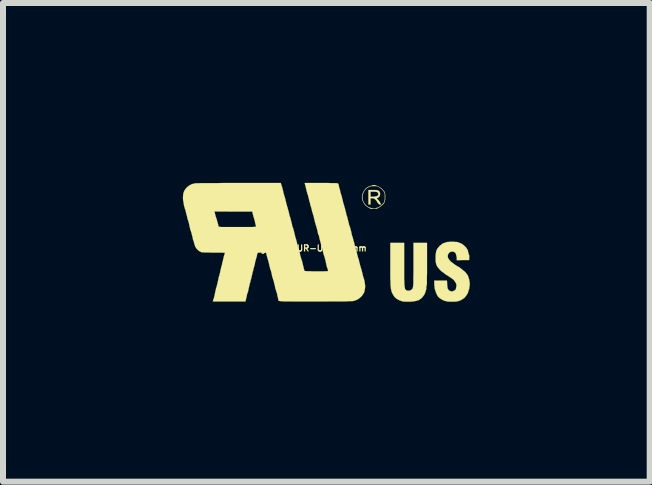
<source format=kicad_pcb>
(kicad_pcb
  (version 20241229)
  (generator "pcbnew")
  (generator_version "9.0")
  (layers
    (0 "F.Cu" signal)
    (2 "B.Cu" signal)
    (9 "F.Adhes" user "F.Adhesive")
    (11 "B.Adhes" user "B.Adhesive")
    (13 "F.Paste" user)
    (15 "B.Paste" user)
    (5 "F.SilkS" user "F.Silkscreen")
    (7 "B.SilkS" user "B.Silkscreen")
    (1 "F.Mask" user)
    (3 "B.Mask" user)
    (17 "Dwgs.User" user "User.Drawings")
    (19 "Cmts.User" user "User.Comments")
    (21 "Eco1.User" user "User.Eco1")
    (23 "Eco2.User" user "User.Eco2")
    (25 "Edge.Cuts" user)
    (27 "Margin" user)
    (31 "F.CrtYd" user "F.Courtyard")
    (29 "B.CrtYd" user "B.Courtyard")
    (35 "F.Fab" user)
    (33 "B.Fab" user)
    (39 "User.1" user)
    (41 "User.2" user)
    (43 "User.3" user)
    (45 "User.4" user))
  (footprint "Logo_silk_UR-US_5x2mm"
    (layer "F.Cu")
    (at 2.389 0.989)
    (property "Reference" "Logo_silk_UR-US_5x2mm" (at -0.3 0.1 0) (layer "F.SilkS") (effects (font (size 0.102 0.102) (thickness 0.02))))
    (attr exclude_from_pos_files exclude_from_bom)
    (fp_poly (pts (xy 0.917 -0.635) (xy 0.914 -0.63) (xy 0.902 -0.63) (xy 0.889 -0.63) (xy 0.876 -0.638) (xy 0.874 -0.64) (xy 0.864 -0.653) (xy 0.853 -0.665) (xy 0.846 -0.681) (xy 0.831 -0.699) (xy 0.823 -0.709) (xy 0.808 -0.721) (xy 0.795 -0.729) (xy 0.782 -0.732) (xy 0.77 -0.732) (xy 0.739 -0.732) (xy 0.739 -0.681) (xy 0.739 -0.63) (xy 0.721 -0.63) (xy 0.704 -0.63) (xy 0.704 -0.749) (xy 0.704 -0.871) (xy 0.775 -0.871) (xy 0.813 -0.871) (xy 0.841 -0.869) (xy 0.864 -0.864) (xy 0.879 -0.853) (xy 0.889 -0.843) (xy 0.892 -0.838) (xy 0.899 -0.81) (xy 0.897 -0.785) (xy 0.884 -0.759) (xy 0.871 -0.747) (xy 0.871 -0.798) (xy 0.866 -0.815) (xy 0.859 -0.828) (xy 0.851 -0.836) (xy 0.841 -0.838) (xy 0.831 -0.841) (xy 0.813 -0.843) (xy 0.79 -0.843) (xy 0.739 -0.843) (xy 0.739 -0.8) (xy 0.739 -0.759) (xy 0.785 -0.759) (xy 0.808 -0.762) (xy 0.828 -0.765) (xy 0.843 -0.767) (xy 0.864 -0.782) (xy 0.871 -0.798) (xy 0.871 -0.747) (xy 0.869 -0.747) (xy 0.856 -0.737) (xy 0.851 -0.737) (xy 0.846 -0.734) (xy 0.843 -0.732) (xy 0.848 -0.724) (xy 0.861 -0.711) (xy 0.864 -0.709) (xy 0.879 -0.691) (xy 0.892 -0.671) (xy 0.897 -0.663) (xy 0.904 -0.648) (xy 0.912 -0.64) (xy 0.917 -0.635)) (stroke (width 0.003) (type solid)) (fill yes) (layer "F.SilkS"))
    (fp_poly (pts (xy 1.681 0.366) (xy 1.681 0.447) (xy 1.681 0.518) (xy 1.679 0.579) (xy 1.679 0.627) (xy 1.679 0.665) (xy 1.679 0.696) (xy 1.676 0.714) (xy 1.674 0.724) (xy 1.671 0.732) (xy 1.669 0.747) (xy 1.669 0.752) (xy 1.669 0.77) (xy 1.669 0.782) (xy 1.669 0.785) (xy 1.664 0.795) (xy 1.659 0.813) (xy 1.654 0.831) (xy 1.638 0.871) (xy 1.61 0.909) (xy 1.59 0.932) (xy 1.577 0.942) (xy 1.57 0.947) (xy 1.562 0.95) (xy 1.557 0.955) (xy 1.549 0.963) (xy 1.532 0.968) (xy 1.511 0.975) (xy 1.506 0.975) (xy 1.478 0.983) (xy 1.44 0.988) (xy 1.4 0.991) (xy 1.356 0.991) (xy 1.316 0.991) (xy 1.283 0.988) (xy 1.28 0.988) (xy 1.247 0.978) (xy 1.214 0.965) (xy 1.181 0.947) (xy 1.158 0.93) (xy 1.135 0.907) (xy 1.115 0.874) (xy 1.097 0.841) (xy 1.087 0.815) (xy 1.085 0.798) (xy 1.079 0.777) (xy 1.077 0.752) (xy 1.074 0.724) (xy 1.072 0.688) (xy 1.072 0.648) (xy 1.069 0.602) (xy 1.069 0.546) (xy 1.069 0.48) (xy 1.069 0.406) (xy 1.069 0.333) (xy 1.069 0.01) (xy 1.184 0.01) (xy 1.3 0.01) (xy 1.3 0.351) (xy 1.3 0.432) (xy 1.3 0.503) (xy 1.3 0.564) (xy 1.3 0.615) (xy 1.303 0.658) (xy 1.303 0.693) (xy 1.306 0.721) (xy 1.308 0.744) (xy 1.311 0.762) (xy 1.313 0.772) (xy 1.316 0.782) (xy 1.318 0.782) (xy 1.333 0.8) (xy 1.356 0.808) (xy 1.379 0.808) (xy 1.405 0.803) (xy 1.425 0.787) (xy 1.427 0.787) (xy 1.438 0.775) (xy 1.443 0.762) (xy 1.448 0.742) (xy 1.45 0.729) (xy 1.45 0.716) (xy 1.453 0.693) (xy 1.453 0.66) (xy 1.453 0.62) (xy 1.453 0.572) (xy 1.455 0.518) (xy 1.455 0.46) (xy 1.455 0.399) (xy 1.455 0.351) (xy 1.455 0.01) (xy 1.567 0.01) (xy 1.681 0.01) (xy 1.681 0.366)) (stroke (width 0.003) (type solid)) (fill yes) (layer "F.SilkS"))
    (fp_poly (pts (xy 0.983 -0.754) (xy 0.983 -0.716) (xy 0.978 -0.686) (xy 0.978 -0.749) (xy 0.978 -0.752) (xy 0.978 -0.782) (xy 0.978 -0.803) (xy 0.975 -0.815) (xy 0.97 -0.828) (xy 0.965 -0.841) (xy 0.963 -0.843) (xy 0.945 -0.866) (xy 0.922 -0.889) (xy 0.894 -0.912) (xy 0.869 -0.927) (xy 0.866 -0.93) (xy 0.843 -0.935) (xy 0.813 -0.937) (xy 0.78 -0.937) (xy 0.747 -0.935) (xy 0.719 -0.927) (xy 0.714 -0.925) (xy 0.676 -0.902) (xy 0.645 -0.871) (xy 0.622 -0.831) (xy 0.607 -0.787) (xy 0.602 -0.747) (xy 0.61 -0.706) (xy 0.625 -0.665) (xy 0.65 -0.63) (xy 0.66 -0.617) (xy 0.678 -0.602) (xy 0.701 -0.587) (xy 0.724 -0.577) (xy 0.742 -0.572) (xy 0.747 -0.572) (xy 0.759 -0.569) (xy 0.765 -0.564) (xy 0.772 -0.561) (xy 0.787 -0.559) (xy 0.792 -0.559) (xy 0.81 -0.561) (xy 0.82 -0.564) (xy 0.823 -0.564) (xy 0.831 -0.569) (xy 0.838 -0.572) (xy 0.859 -0.577) (xy 0.881 -0.587) (xy 0.907 -0.605) (xy 0.93 -0.625) (xy 0.95 -0.648) (xy 0.963 -0.663) (xy 0.97 -0.676) (xy 0.973 -0.688) (xy 0.975 -0.701) (xy 0.978 -0.721) (xy 0.978 -0.749) (xy 0.978 -0.686) (xy 0.968 -0.66) (xy 0.953 -0.638) (xy 0.93 -0.615) (xy 0.899 -0.592) (xy 0.892 -0.587) (xy 0.869 -0.574) (xy 0.853 -0.564) (xy 0.838 -0.559) (xy 0.82 -0.559) (xy 0.808 -0.556) (xy 0.785 -0.556) (xy 0.765 -0.556) (xy 0.752 -0.556) (xy 0.749 -0.556) (xy 0.732 -0.564) (xy 0.706 -0.577) (xy 0.681 -0.594) (xy 0.658 -0.612) (xy 0.65 -0.62) (xy 0.63 -0.648) (xy 0.612 -0.683) (xy 0.599 -0.721) (xy 0.597 -0.734) (xy 0.597 -0.77) (xy 0.607 -0.81) (xy 0.625 -0.848) (xy 0.648 -0.881) (xy 0.658 -0.894) (xy 0.681 -0.912) (xy 0.706 -0.927) (xy 0.729 -0.937) (xy 0.749 -0.94) (xy 0.759 -0.942) (xy 0.765 -0.947) (xy 0.772 -0.95) (xy 0.787 -0.953) (xy 0.805 -0.953) (xy 0.82 -0.95) (xy 0.823 -0.947) (xy 0.836 -0.942) (xy 0.853 -0.937) (xy 0.856 -0.935) (xy 0.876 -0.927) (xy 0.899 -0.912) (xy 0.925 -0.894) (xy 0.947 -0.871) (xy 0.965 -0.851) (xy 0.97 -0.841) (xy 0.978 -0.828) (xy 0.98 -0.813) (xy 0.983 -0.795) (xy 0.983 -0.77) (xy 0.983 -0.754)) (stroke (width 0.003) (type solid)) (fill yes) (layer "F.SilkS"))
    (fp_poly (pts (xy 2.393 0.709) (xy 2.39 0.729) (xy 2.39 0.744) (xy 2.388 0.752) (xy 2.385 0.759) (xy 2.385 0.77) (xy 2.385 0.782) (xy 2.38 0.787) (xy 2.375 0.795) (xy 2.375 0.803) (xy 2.372 0.813) (xy 2.367 0.831) (xy 2.362 0.846) (xy 2.352 0.864) (xy 2.339 0.884) (xy 2.324 0.904) (xy 2.309 0.922) (xy 2.296 0.935) (xy 2.286 0.94) (xy 2.283 0.94) (xy 2.276 0.945) (xy 2.271 0.95) (xy 2.266 0.955) (xy 2.25 0.963) (xy 2.23 0.973) (xy 2.228 0.973) (xy 2.207 0.98) (xy 2.189 0.986) (xy 2.167 0.988) (xy 2.141 0.991) (xy 2.113 0.991) (xy 2.083 0.991) (xy 2.055 0.991) (xy 2.032 0.988) (xy 2.017 0.988) (xy 1.963 0.973) (xy 1.918 0.95) (xy 1.88 0.922) (xy 1.864 0.904) (xy 1.852 0.886) (xy 1.841 0.864) (xy 1.831 0.841) (xy 1.824 0.818) (xy 1.819 0.803) (xy 1.816 0.792) (xy 1.814 0.79) (xy 1.811 0.782) (xy 1.808 0.767) (xy 1.806 0.739) (xy 1.803 0.714) (xy 1.801 0.64) (xy 1.908 0.64) (xy 2.014 0.64) (xy 2.017 0.701) (xy 2.019 0.726) (xy 2.022 0.749) (xy 2.024 0.767) (xy 2.027 0.775) (xy 2.037 0.79) (xy 2.047 0.803) (xy 2.057 0.81) (xy 2.062 0.81) (xy 2.07 0.813) (xy 2.078 0.818) (xy 2.09 0.82) (xy 2.106 0.818) (xy 2.116 0.818) (xy 2.121 0.813) (xy 2.126 0.808) (xy 2.134 0.805) (xy 2.149 0.798) (xy 2.159 0.787) (xy 2.164 0.767) (xy 2.169 0.744) (xy 2.172 0.719) (xy 2.169 0.696) (xy 2.167 0.693) (xy 2.162 0.681) (xy 2.151 0.663) (xy 2.139 0.645) (xy 2.126 0.63) (xy 2.113 0.617) (xy 2.108 0.612) (xy 2.101 0.61) (xy 2.088 0.599) (xy 2.07 0.587) (xy 2.057 0.579) (xy 2.037 0.564) (xy 2.014 0.551) (xy 1.999 0.541) (xy 1.994 0.538) (xy 1.979 0.528) (xy 1.971 0.518) (xy 1.968 0.518) (xy 1.961 0.511) (xy 1.956 0.508) (xy 1.948 0.503) (xy 1.933 0.493) (xy 1.915 0.478) (xy 1.897 0.46) (xy 1.877 0.437) (xy 1.862 0.419) (xy 1.852 0.406) (xy 1.844 0.389) (xy 1.836 0.371) (xy 1.831 0.351) (xy 1.826 0.33) (xy 1.824 0.307) (xy 1.824 0.279) (xy 1.824 0.262) (xy 1.824 0.216) (xy 1.829 0.18) (xy 1.834 0.15) (xy 1.847 0.119) (xy 1.849 0.114) (xy 1.859 0.099) (xy 1.877 0.079) (xy 1.895 0.058) (xy 1.918 0.041) (xy 1.935 0.025) (xy 1.951 0.018) (xy 1.966 0.013) (xy 1.979 0.008) (xy 1.991 0.003) (xy 1.996 0.003) (xy 2.007 0) (xy 2.014 -0.003) (xy 2.024 -0.005) (xy 2.045 -0.005) (xy 2.07 -0.008) (xy 2.098 -0.008) (xy 2.126 -0.008) (xy 2.151 -0.005) (xy 2.174 -0.005) (xy 2.184 -0.003) (xy 2.187 -0.003) (xy 2.197 0) (xy 2.202 0.003) (xy 2.212 0.005) (xy 2.23 0.013) (xy 2.248 0.02) (xy 2.261 0.025) (xy 2.276 0.036) (xy 2.296 0.053) (xy 2.319 0.074) (xy 2.337 0.094) (xy 2.349 0.114) (xy 2.352 0.117) (xy 2.36 0.132) (xy 2.365 0.155) (xy 2.37 0.173) (xy 2.375 0.193) (xy 2.377 0.206) (xy 2.383 0.213) (xy 2.385 0.221) (xy 2.385 0.236) (xy 2.385 0.257) (xy 2.383 0.297) (xy 2.281 0.297) (xy 2.177 0.3) (xy 2.177 0.269) (xy 2.174 0.244) (xy 2.169 0.218) (xy 2.167 0.208) (xy 2.159 0.188) (xy 2.151 0.175) (xy 2.139 0.165) (xy 2.108 0.155) (xy 2.083 0.157) (xy 2.06 0.168) (xy 2.042 0.185) (xy 2.029 0.211) (xy 2.027 0.234) (xy 2.029 0.254) (xy 2.04 0.277) (xy 2.055 0.297) (xy 2.078 0.323) (xy 2.111 0.348) (xy 2.149 0.376) (xy 2.169 0.389) (xy 2.184 0.399) (xy 2.192 0.404) (xy 2.195 0.404) (xy 2.202 0.406) (xy 2.217 0.417) (xy 2.235 0.429) (xy 2.258 0.447) (xy 2.278 0.465) (xy 2.299 0.48) (xy 2.316 0.495) (xy 2.319 0.498) (xy 2.337 0.521) (xy 2.352 0.541) (xy 2.365 0.561) (xy 2.37 0.577) (xy 2.37 0.579) (xy 2.372 0.587) (xy 2.377 0.602) (xy 2.383 0.617) (xy 2.385 0.63) (xy 2.385 0.64) (xy 2.388 0.643) (xy 2.39 0.65) (xy 2.39 0.665) (xy 2.393 0.686) (xy 2.393 0.709)) (stroke (width 0.003) (type solid)) (fill yes) (layer "F.SilkS"))
    (fp_poly (pts (xy 0.65 0.732) (xy 0.645 0.782) (xy 0.635 0.831) (xy 0.622 0.856) (xy 0.594 0.897) (xy 0.556 0.932) (xy 0.516 0.958) (xy 0.47 0.975) (xy 0.447 0.98) (xy 0.434 0.983) (xy 0.411 0.983) (xy 0.378 0.983) (xy 0.338 0.986) (xy 0.284 0.986) (xy 0.224 0.986) (xy 0.155 0.986) (xy 0.079 0.986) (xy -0.003 0.988) (xy -0.094 0.988) (xy -0.183 0.988) (xy -0.279 0.988) (xy -0.366 0.988) (xy -0.442 0.988) (xy -0.511 0.988) (xy -0.566 0.988) (xy -0.617 0.986) (xy -0.658 0.986) (xy -0.693 0.986) (xy -0.721 0.986) (xy -0.744 0.983) (xy -0.762 0.983) (xy -0.775 0.98) (xy -0.785 0.978) (xy -0.79 0.978) (xy -0.795 0.975) (xy -0.795 0.973) (xy -0.798 0.968) (xy -0.798 0.965) (xy -0.798 0.955) (xy -0.803 0.935) (xy -0.808 0.912) (xy -0.815 0.884) (xy -0.82 0.856) (xy -0.828 0.831) (xy -0.836 0.808) (xy -0.838 0.795) (xy -0.841 0.792) (xy -0.846 0.78) (xy -0.848 0.77) (xy -0.848 0.767) (xy -0.851 0.759) (xy -0.853 0.742) (xy -0.859 0.716) (xy -0.866 0.691) (xy -0.871 0.668) (xy -0.876 0.645) (xy -0.881 0.63) (xy -0.884 0.625) (xy -0.886 0.615) (xy -0.894 0.592) (xy -0.902 0.564) (xy -0.909 0.528) (xy -0.917 0.49) (xy -0.919 0.488) (xy -0.922 0.47) (xy -0.927 0.46) (xy -0.93 0.455) (xy -0.935 0.45) (xy -0.935 0.445) (xy -0.935 0.432) (xy -0.937 0.427) (xy -0.94 0.417) (xy -0.945 0.401) (xy -0.95 0.376) (xy -0.955 0.351) (xy -0.963 0.325) (xy -0.968 0.302) (xy -0.973 0.284) (xy -0.978 0.277) (xy -0.98 0.269) (xy -0.978 0.267) (xy -0.978 0.259) (xy -0.98 0.259) (xy -0.983 0.251) (xy -0.988 0.236) (xy -0.993 0.218) (xy -0.993 0.216) (xy -1.003 0.175) (xy -1.072 0.173) (xy -1.102 0.173) (xy -1.123 0.173) (xy -1.135 0.175) (xy -1.143 0.18) (xy -1.148 0.191) (xy -1.153 0.208) (xy -1.156 0.226) (xy -1.161 0.246) (xy -1.163 0.259) (xy -1.166 0.262) (xy -1.166 -0.257) (xy -1.171 -0.264) (xy -1.173 -0.269) (xy -1.173 -0.279) (xy -1.179 -0.297) (xy -1.184 -0.32) (xy -1.189 -0.348) (xy -1.196 -0.373) (xy -1.204 -0.399) (xy -1.209 -0.417) (xy -1.212 -0.429) (xy -1.214 -0.429) (xy -1.217 -0.442) (xy -1.217 -0.447) (xy -1.217 -0.455) (xy -1.222 -0.46) (xy -1.224 -0.472) (xy -1.227 -0.483) (xy -1.232 -0.511) (xy -1.549 -0.511) (xy -1.864 -0.513) (xy -1.849 -0.457) (xy -1.844 -0.432) (xy -1.836 -0.414) (xy -1.834 -0.401) (xy -1.831 -0.399) (xy -1.829 -0.391) (xy -1.824 -0.376) (xy -1.821 -0.363) (xy -1.814 -0.338) (xy -1.806 -0.31) (xy -1.803 -0.3) (xy -1.798 -0.279) (xy -1.796 -0.267) (xy -1.793 -0.259) (xy -1.791 -0.259) (xy -1.783 -0.257) (xy -1.768 -0.257) (xy -1.75 -0.254) (xy -1.722 -0.254) (xy -1.687 -0.254) (xy -1.641 -0.254) (xy -1.587 -0.254) (xy -1.524 -0.254) (xy -1.473 -0.254) (xy -1.415 -0.254) (xy -1.361 -0.254) (xy -1.311 -0.254) (xy -1.265 -0.254) (xy -1.227 -0.254) (xy -1.199 -0.257) (xy -1.176 -0.257) (xy -1.166 -0.257) (xy -1.166 0.262) (xy -1.166 0.264) (xy -1.168 0.272) (xy -1.173 0.287) (xy -1.179 0.31) (xy -1.186 0.338) (xy -1.189 0.358) (xy -1.196 0.389) (xy -1.204 0.414) (xy -1.209 0.434) (xy -1.214 0.447) (xy -1.214 0.45) (xy -1.217 0.457) (xy -1.217 0.462) (xy -1.217 0.472) (xy -1.219 0.478) (xy -1.222 0.483) (xy -1.227 0.5) (xy -1.232 0.523) (xy -1.237 0.551) (xy -1.24 0.554) (xy -1.245 0.582) (xy -1.25 0.605) (xy -1.255 0.622) (xy -1.26 0.63) (xy -1.262 0.64) (xy -1.26 0.645) (xy -1.262 0.655) (xy -1.262 0.66) (xy -1.267 0.668) (xy -1.273 0.683) (xy -1.278 0.709) (xy -1.285 0.737) (xy -1.288 0.749) (xy -1.295 0.78) (xy -1.3 0.808) (xy -1.306 0.831) (xy -1.311 0.843) (xy -1.311 0.846) (xy -1.316 0.856) (xy -1.321 0.874) (xy -1.326 0.899) (xy -1.328 0.909) (xy -1.333 0.935) (xy -1.339 0.955) (xy -1.341 0.97) (xy -1.344 0.975) (xy -1.346 0.988) (xy -1.618 0.988) (xy -1.89 0.988) (xy -1.885 0.968) (xy -1.882 0.953) (xy -1.877 0.945) (xy -1.875 0.937) (xy -1.869 0.919) (xy -1.864 0.897) (xy -1.857 0.866) (xy -1.852 0.836) (xy -1.844 0.803) (xy -1.839 0.78) (xy -1.836 0.765) (xy -1.831 0.754) (xy -1.831 0.752) (xy -1.829 0.747) (xy -1.824 0.729) (xy -1.819 0.706) (xy -1.811 0.676) (xy -1.808 0.66) (xy -1.801 0.63) (xy -1.796 0.602) (xy -1.791 0.579) (xy -1.786 0.566) (xy -1.786 0.561) (xy -1.781 0.554) (xy -1.778 0.533) (xy -1.77 0.508) (xy -1.765 0.48) (xy -1.763 0.467) (xy -1.755 0.437) (xy -1.748 0.409) (xy -1.742 0.386) (xy -1.737 0.373) (xy -1.737 0.371) (xy -1.735 0.358) (xy -1.735 0.353) (xy -1.735 0.345) (xy -1.732 0.343) (xy -1.73 0.335) (xy -1.725 0.318) (xy -1.72 0.295) (xy -1.714 0.267) (xy -1.712 0.264) (xy -1.707 0.236) (xy -1.699 0.213) (xy -1.694 0.196) (xy -1.692 0.185) (xy -1.689 0.178) (xy -1.692 0.175) (xy -1.697 0.175) (xy -1.714 0.175) (xy -1.74 0.173) (xy -1.77 0.173) (xy -1.811 0.173) (xy -1.852 0.173) (xy -1.869 0.173) (xy -1.915 0.173) (xy -1.958 0.17) (xy -1.996 0.17) (xy -2.029 0.17) (xy -2.055 0.168) (xy -2.07 0.168) (xy -2.073 0.168) (xy -2.106 0.155) (xy -2.134 0.135) (xy -2.162 0.107) (xy -2.182 0.076) (xy -2.195 0.041) (xy -2.197 0.028) (xy -2.202 0.013) (xy -2.205 0.003) (xy -2.207 0.003) (xy -2.21 -0.003) (xy -2.207 -0.01) (xy -2.207 -0.02) (xy -2.212 -0.023) (xy -2.215 -0.028) (xy -2.22 -0.038) (xy -2.22 -0.041) (xy -2.225 -0.064) (xy -2.23 -0.091) (xy -2.238 -0.119) (xy -2.245 -0.145) (xy -2.25 -0.168) (xy -2.256 -0.183) (xy -2.258 -0.191) (xy -2.263 -0.201) (xy -2.268 -0.216) (xy -2.268 -0.218) (xy -2.273 -0.246) (xy -2.281 -0.274) (xy -2.286 -0.305) (xy -2.294 -0.333) (xy -2.299 -0.353) (xy -2.304 -0.368) (xy -2.306 -0.371) (xy -2.309 -0.381) (xy -2.314 -0.399) (xy -2.319 -0.424) (xy -2.327 -0.455) (xy -2.329 -0.462) (xy -2.337 -0.49) (xy -2.342 -0.518) (xy -2.349 -0.541) (xy -2.355 -0.554) (xy -2.355 -0.556) (xy -2.362 -0.582) (xy -2.372 -0.615) (xy -2.377 -0.653) (xy -2.385 -0.693) (xy -2.388 -0.729) (xy -2.388 -0.749) (xy -2.385 -0.798) (xy -2.375 -0.838) (xy -2.357 -0.874) (xy -2.329 -0.909) (xy -2.324 -0.914) (xy -2.286 -0.945) (xy -2.243 -0.968) (xy -2.195 -0.98) (xy -2.192 -0.98) (xy -2.182 -0.983) (xy -2.159 -0.983) (xy -2.126 -0.983) (xy -2.083 -0.986) (xy -2.027 -0.986) (xy -1.963 -0.986) (xy -1.89 -0.986) (xy -1.808 -0.986) (xy -1.72 -0.988) (xy -1.621 -0.988) (xy -1.514 -0.988) (xy -1.458 -0.988) (xy -0.757 -0.988) (xy -0.752 -0.97) (xy -0.749 -0.958) (xy -0.744 -0.95) (xy -0.742 -0.94) (xy -0.742 -0.937) (xy -0.739 -0.927) (xy -0.737 -0.925) (xy -0.734 -0.914) (xy -0.729 -0.897) (xy -0.724 -0.874) (xy -0.716 -0.846) (xy -0.716 -0.841) (xy -0.709 -0.81) (xy -0.701 -0.785) (xy -0.696 -0.765) (xy -0.693 -0.754) (xy -0.693 -0.752) (xy -0.688 -0.744) (xy -0.683 -0.724) (xy -0.678 -0.701) (xy -0.671 -0.671) (xy -0.668 -0.665) (xy -0.663 -0.638) (xy -0.655 -0.612) (xy -0.65 -0.592) (xy -0.645 -0.582) (xy -0.645 -0.579) (xy -0.643 -0.569) (xy -0.638 -0.551) (xy -0.63 -0.526) (xy -0.625 -0.498) (xy -0.622 -0.495) (xy -0.617 -0.467) (xy -0.61 -0.442) (xy -0.605 -0.424) (xy -0.599 -0.411) (xy -0.597 -0.401) (xy -0.592 -0.384) (xy -0.587 -0.361) (xy -0.579 -0.335) (xy -0.574 -0.31) (xy -0.569 -0.29) (xy -0.566 -0.274) (xy -0.566 -0.269) (xy -0.564 -0.262) (xy -0.556 -0.246) (xy -0.551 -0.234) (xy -0.546 -0.211) (xy -0.538 -0.185) (xy -0.531 -0.155) (xy -0.531 -0.152) (xy -0.523 -0.124) (xy -0.518 -0.099) (xy -0.513 -0.079) (xy -0.511 -0.069) (xy -0.508 -0.069) (xy -0.505 -0.056) (xy -0.505 -0.053) (xy -0.5 -0.043) (xy -0.5 -0.038) (xy -0.498 -0.03) (xy -0.493 -0.013) (xy -0.488 0.008) (xy -0.483 0.03) (xy -0.475 0.056) (xy -0.47 0.079) (xy -0.465 0.097) (xy -0.462 0.102) (xy -0.46 0.114) (xy -0.46 0.119) (xy -0.457 0.124) (xy -0.455 0.127) (xy -0.45 0.13) (xy -0.45 0.135) (xy -0.447 0.145) (xy -0.445 0.163) (xy -0.439 0.185) (xy -0.434 0.213) (xy -0.427 0.239) (xy -0.419 0.264) (xy -0.414 0.282) (xy -0.411 0.295) (xy -0.409 0.297) (xy -0.406 0.305) (xy -0.401 0.32) (xy -0.396 0.343) (xy -0.389 0.373) (xy -0.386 0.386) (xy -0.378 0.417) (xy -0.373 0.442) (xy -0.366 0.462) (xy -0.363 0.475) (xy -0.361 0.478) (xy -0.358 0.48) (xy -0.348 0.48) (xy -0.33 0.483) (xy -0.305 0.483) (xy -0.272 0.483) (xy -0.231 0.485) (xy -0.178 0.485) (xy -0.16 0.485) (xy -0.107 0.485) (xy -0.064 0.485) (xy -0.03 0.485) (xy -0.008 0.483) (xy 0.008 0.483) (xy 0.02 0.483) (xy 0.028 0.48) (xy 0.03 0.478) (xy 0.03 0.475) (xy 0.028 0.462) (xy 0.025 0.447) (xy 0.02 0.432) (xy 0.015 0.424) (xy 0.013 0.417) (xy 0.008 0.399) (xy 0.003 0.376) (xy -0.003 0.348) (xy -0.005 0.34) (xy -0.01 0.31) (xy -0.018 0.284) (xy -0.023 0.267) (xy -0.025 0.254) (xy -0.03 0.241) (xy -0.03 0.239) (xy -0.033 0.229) (xy -0.038 0.216) (xy -0.043 0.203) (xy -0.046 0.196) (xy -0.046 0.185) (xy -0.051 0.168) (xy -0.056 0.145) (xy -0.061 0.119) (xy -0.069 0.094) (xy -0.074 0.074) (xy -0.079 0.058) (xy -0.079 0.053) (xy -0.084 0.043) (xy -0.089 0.025) (xy -0.094 0) (xy -0.102 -0.023) (xy -0.109 -0.051) (xy -0.114 -0.074) (xy -0.119 -0.094) (xy -0.119 -0.104) (xy -0.119 -0.107) (xy -0.122 -0.114) (xy -0.124 -0.114) (xy -0.127 -0.119) (xy -0.132 -0.132) (xy -0.137 -0.147) (xy -0.147 -0.196) (xy -0.157 -0.234) (xy -0.165 -0.262) (xy -0.17 -0.279) (xy -0.173 -0.284) (xy -0.175 -0.295) (xy -0.18 -0.312) (xy -0.188 -0.338) (xy -0.193 -0.366) (xy -0.196 -0.371) (xy -0.203 -0.401) (xy -0.208 -0.427) (xy -0.213 -0.447) (xy -0.218 -0.457) (xy -0.221 -0.467) (xy -0.226 -0.488) (xy -0.234 -0.511) (xy -0.241 -0.541) (xy -0.241 -0.544) (xy -0.249 -0.574) (xy -0.257 -0.597) (xy -0.262 -0.617) (xy -0.264 -0.627) (xy -0.267 -0.627) (xy -0.269 -0.638) (xy -0.269 -0.643) (xy -0.269 -0.653) (xy -0.269 -0.655) (xy -0.274 -0.663) (xy -0.279 -0.678) (xy -0.284 -0.701) (xy -0.29 -0.726) (xy -0.297 -0.754) (xy -0.302 -0.777) (xy -0.307 -0.792) (xy -0.31 -0.8) (xy -0.315 -0.81) (xy -0.318 -0.82) (xy -0.318 -0.826) (xy -0.32 -0.833) (xy -0.325 -0.851) (xy -0.33 -0.874) (xy -0.338 -0.902) (xy -0.343 -0.93) (xy -0.351 -0.955) (xy -0.356 -0.975) (xy -0.358 -0.988) (xy -0.081 -0.988) (xy -0.018 -0.988) (xy 0.033 -0.988) (xy 0.079 -0.986) (xy 0.114 -0.986) (xy 0.142 -0.986) (xy 0.163 -0.986) (xy 0.178 -0.983) (xy 0.188 -0.983) (xy 0.196 -0.98) (xy 0.198 -0.978) (xy 0.206 -0.968) (xy 0.206 -0.963) (xy 0.208 -0.95) (xy 0.208 -0.947) (xy 0.211 -0.937) (xy 0.216 -0.919) (xy 0.221 -0.897) (xy 0.229 -0.874) (xy 0.234 -0.848) (xy 0.239 -0.826) (xy 0.244 -0.81) (xy 0.246 -0.805) (xy 0.249 -0.795) (xy 0.249 -0.79) (xy 0.249 -0.78) (xy 0.251 -0.78) (xy 0.259 -0.775) (xy 0.259 -0.77) (xy 0.259 -0.759) (xy 0.264 -0.742) (xy 0.269 -0.719) (xy 0.277 -0.691) (xy 0.282 -0.665) (xy 0.29 -0.64) (xy 0.295 -0.62) (xy 0.3 -0.61) (xy 0.302 -0.599) (xy 0.307 -0.579) (xy 0.315 -0.556) (xy 0.32 -0.526) (xy 0.323 -0.521) (xy 0.33 -0.493) (xy 0.335 -0.467) (xy 0.34 -0.45) (xy 0.345 -0.439) (xy 0.345 -0.437) (xy 0.348 -0.429) (xy 0.353 -0.411) (xy 0.358 -0.386) (xy 0.366 -0.358) (xy 0.368 -0.348) (xy 0.376 -0.32) (xy 0.381 -0.295) (xy 0.386 -0.277) (xy 0.391 -0.267) (xy 0.391 -0.264) (xy 0.394 -0.259) (xy 0.399 -0.244) (xy 0.404 -0.224) (xy 0.411 -0.198) (xy 0.417 -0.175) (xy 0.422 -0.152) (xy 0.424 -0.135) (xy 0.427 -0.127) (xy 0.427 -0.124) (xy 0.429 -0.117) (xy 0.434 -0.102) (xy 0.439 -0.089) (xy 0.445 -0.069) (xy 0.452 -0.041) (xy 0.46 -0.01) (xy 0.465 0.003) (xy 0.472 0.033) (xy 0.478 0.061) (xy 0.485 0.081) (xy 0.488 0.097) (xy 0.49 0.099) (xy 0.493 0.109) (xy 0.498 0.127) (xy 0.505 0.152) (xy 0.513 0.18) (xy 0.513 0.188) (xy 0.521 0.216) (xy 0.526 0.241) (xy 0.533 0.262) (xy 0.536 0.272) (xy 0.536 0.274) (xy 0.541 0.282) (xy 0.546 0.302) (xy 0.551 0.328) (xy 0.559 0.356) (xy 0.559 0.358) (xy 0.566 0.386) (xy 0.574 0.411) (xy 0.579 0.429) (xy 0.582 0.439) (xy 0.582 0.442) (xy 0.584 0.45) (xy 0.592 0.47) (xy 0.597 0.495) (xy 0.605 0.523) (xy 0.607 0.531) (xy 0.612 0.559) (xy 0.62 0.584) (xy 0.625 0.602) (xy 0.63 0.615) (xy 0.632 0.622) (xy 0.638 0.64) (xy 0.64 0.663) (xy 0.643 0.676) (xy 0.65 0.732)) (stroke (width 0.003) (type solid)) (fill yes) (layer "F.SilkS")))
  (gr_rect
    (start -3 -3)
    (end 7.783 4.981)
    (stroke (width 0.1) (type default))
    (fill no)
    (layer "Edge.Cuts")))
</source>
